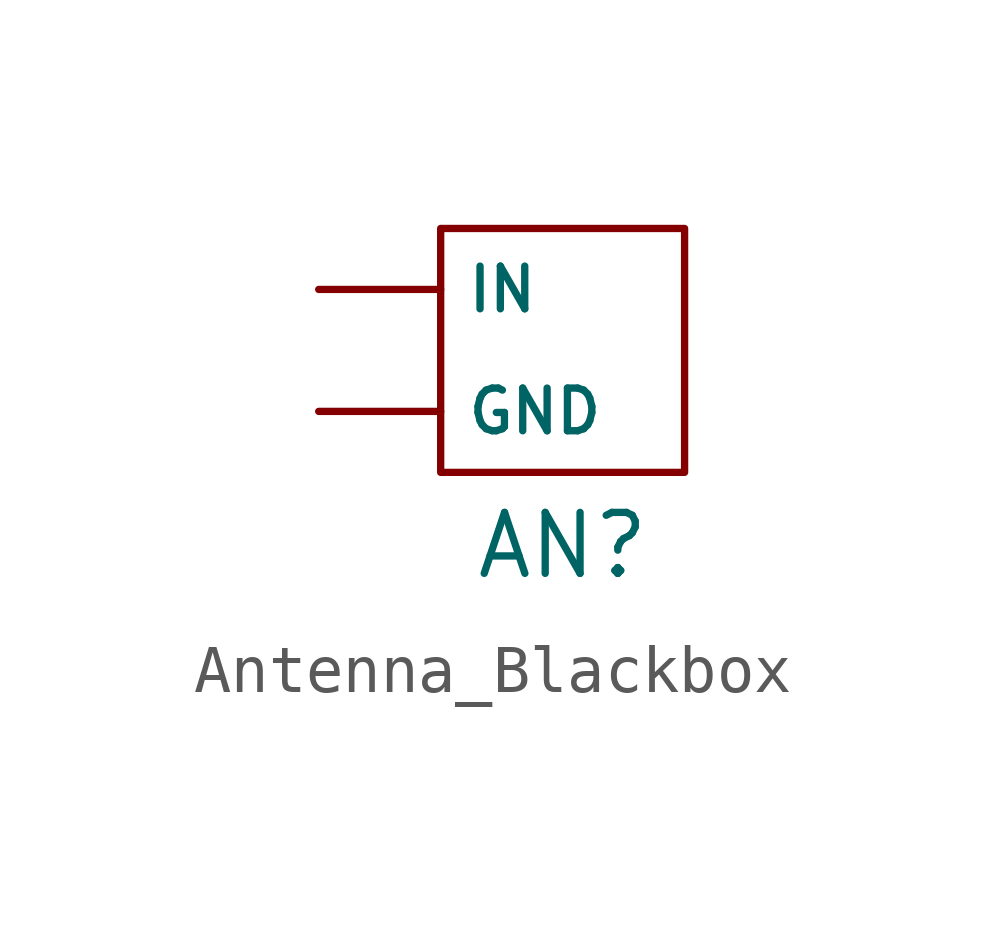
<source format=kicad_sym>
(kicad_symbol_lib
  (version 20231120)
  (generator "kicad_symbol_editor")
  (generator_version "8.0")
  (symbol "Antenna_Blackbox"
    (property "Reference" "AN"
      (at 0 -4.064 0)
      (effects (font (size 1.27 1.27))))
    (property "Value" ""
      (at 0 0 0)
      (effects (font (size 1.27 1.27))))
    (symbol "Antenna_Blackbox_1_1"
      (rectangle (start -2.54 2.54) (end 2.54 -2.54) (stroke (width 0) (type default)) (fill (type none)))
      (pin bidirectional line (at -5.08 -1.27 0) (length 2.54) (name "GND" (effects (font (size 0.889 0.889)))) (number "" (effects (font (size 0.889 0.889)))))
      (pin input line (at -5.08 1.27 0) (length 2.54) (name "IN" (effects (font (size 0.889 0.889)))) (number "" (effects (font (size 0.889 0.889))))))))
</source>
